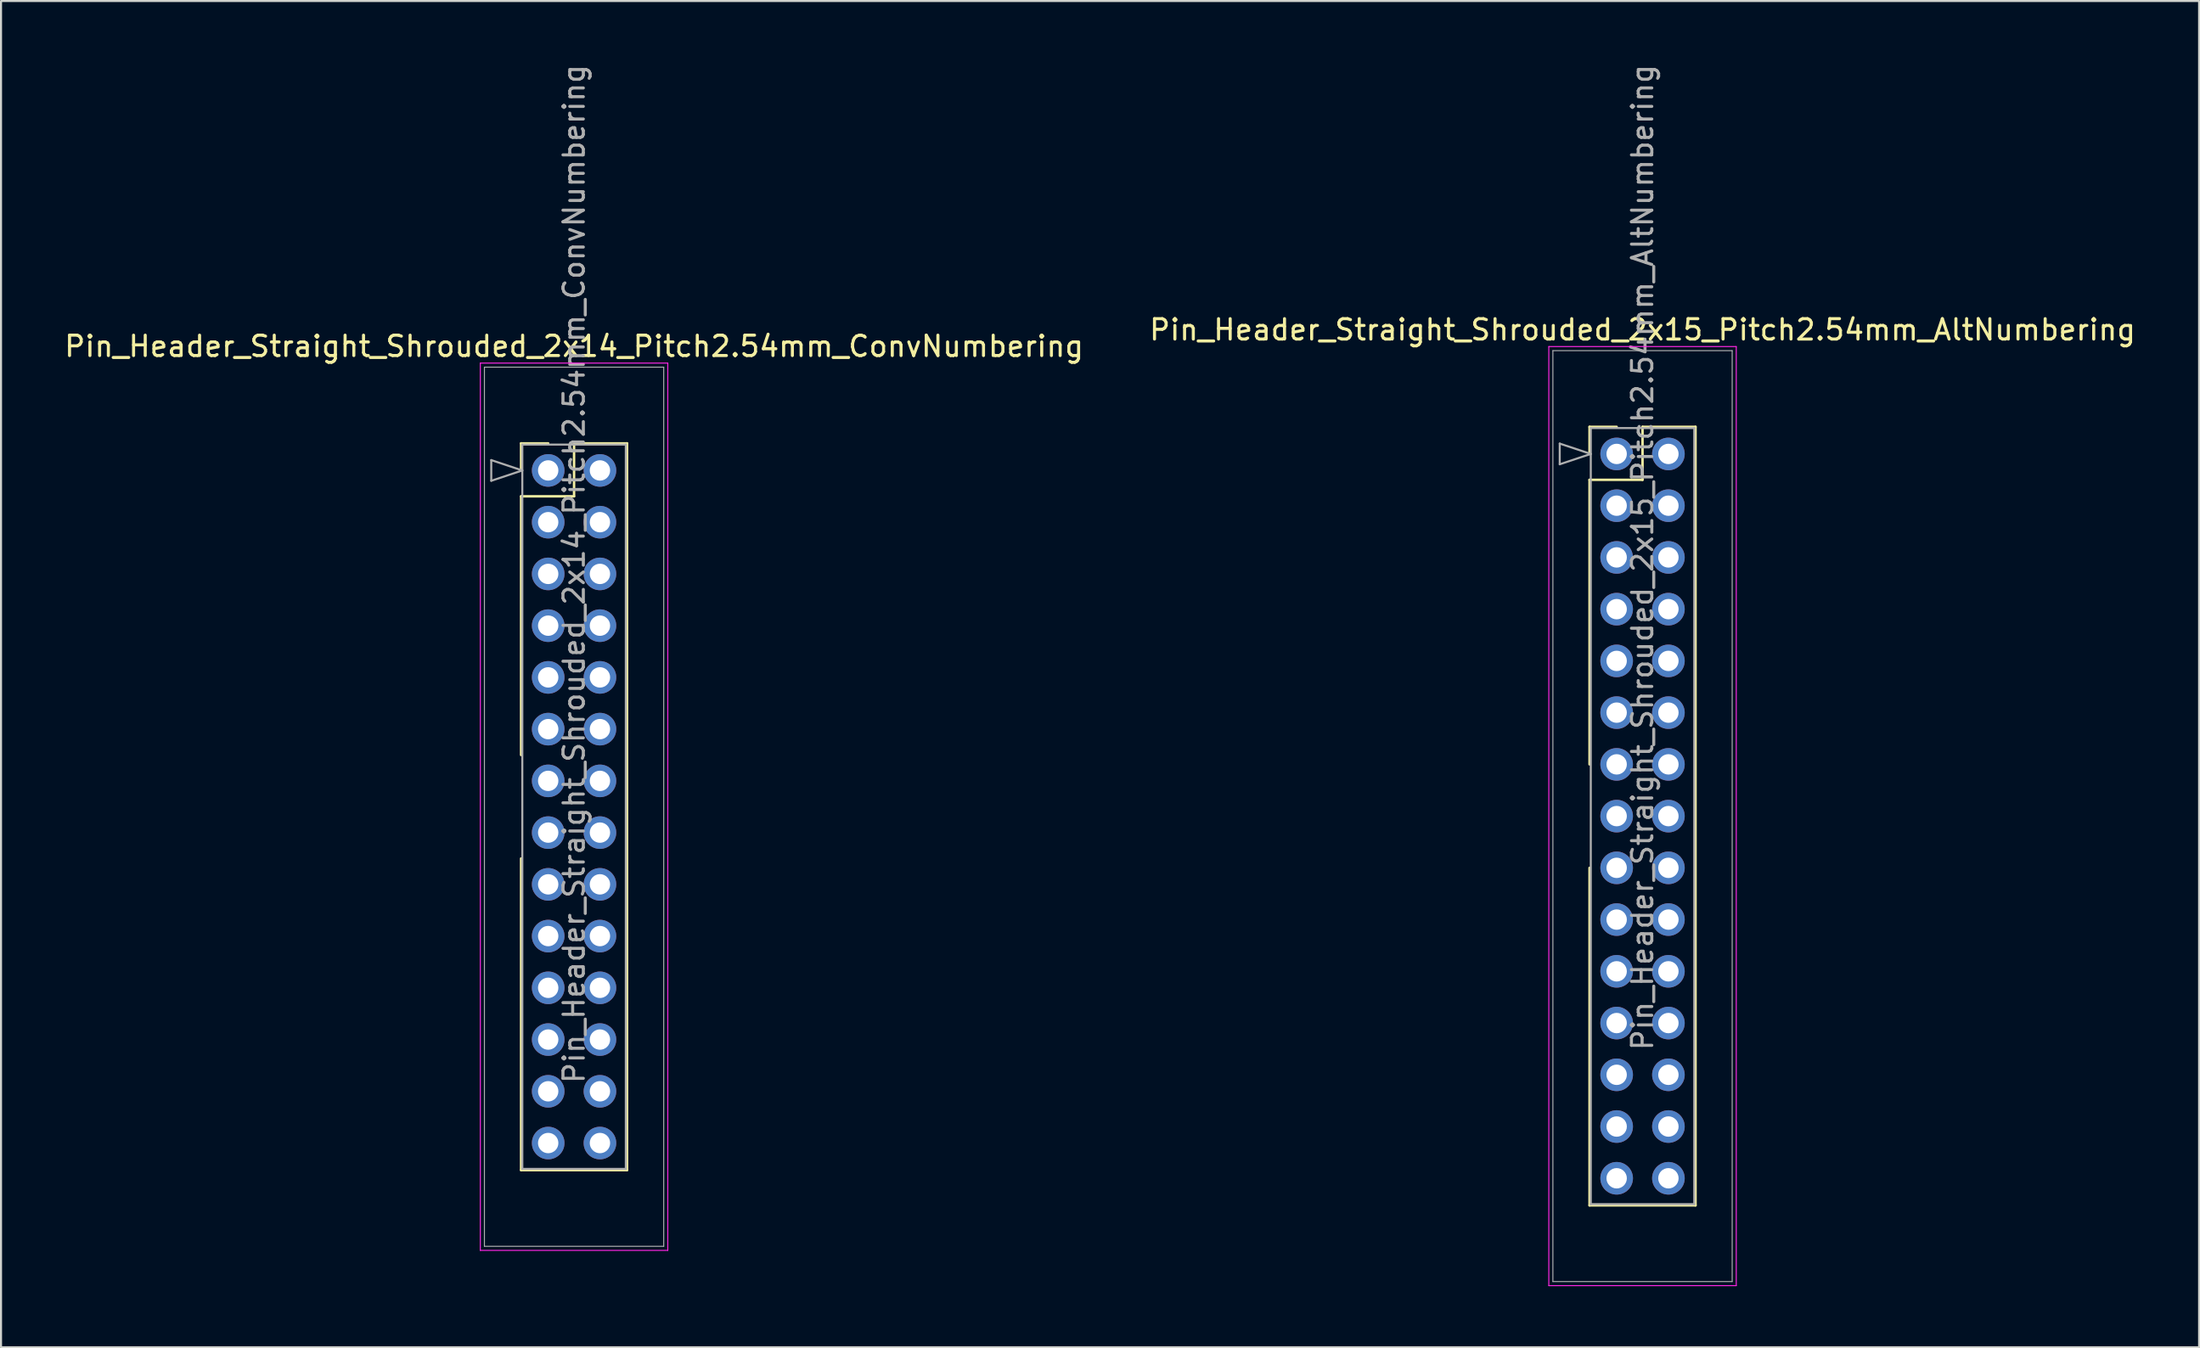
<source format=kicad_pcb>
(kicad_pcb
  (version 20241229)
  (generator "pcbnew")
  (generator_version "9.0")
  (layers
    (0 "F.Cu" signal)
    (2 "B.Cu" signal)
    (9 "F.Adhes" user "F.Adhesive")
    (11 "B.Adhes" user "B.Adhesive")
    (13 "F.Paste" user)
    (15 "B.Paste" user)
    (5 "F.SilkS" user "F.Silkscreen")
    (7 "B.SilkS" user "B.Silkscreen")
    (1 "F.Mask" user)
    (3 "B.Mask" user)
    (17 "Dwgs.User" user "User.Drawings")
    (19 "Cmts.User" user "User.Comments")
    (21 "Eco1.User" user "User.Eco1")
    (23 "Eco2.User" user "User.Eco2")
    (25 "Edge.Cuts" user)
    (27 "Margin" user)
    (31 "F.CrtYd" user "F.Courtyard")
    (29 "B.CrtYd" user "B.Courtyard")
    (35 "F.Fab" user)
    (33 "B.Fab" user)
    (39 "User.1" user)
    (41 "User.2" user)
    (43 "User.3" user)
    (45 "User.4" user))
  (footprint "Pin_Header_Straight_Shrouded_2x14_Pitch2.54mm_ConvNumbering"
    (layer "F.Cu")
    (at 23.855 20.045)
    (property "Reference" "Pin_Header_Straight_Shrouded_2x14_Pitch2.54mm_ConvNumbering" (at 1.27 -6.096 0) (layer "F.SilkS") (effects (font (size 1 1) (thickness 0.15))))
    (attr through_hole)
    (fp_line (start -1.33 -1.33) (end 0 -1.33) (stroke (width 0.12) (type solid)) (layer "F.SilkS"))
    (fp_line (start -1.33 0) (end -1.33 -1.33) (stroke (width 0.12) (type solid)) (layer "F.SilkS"))
    (fp_line (start -1.33 1.27) (end -1.33 13.97) (stroke (width 0.12) (type solid)) (layer "F.SilkS"))
    (fp_line (start -1.33 1.27) (end 1.27 1.27) (stroke (width 0.12) (type solid)) (layer "F.SilkS"))
    (fp_line (start -1.33 19.05) (end -1.33 34.35) (stroke (width 0.12) (type solid)) (layer "F.SilkS"))
    (fp_line (start -1.33 34.35) (end 3.87 34.35) (stroke (width 0.12) (type solid)) (layer "F.SilkS"))
    (fp_line (start 1.27 -1.33) (end 3.87 -1.33) (stroke (width 0.12) (type solid)) (layer "F.SilkS"))
    (fp_line (start 1.27 1.27) (end 1.27 -1.33) (stroke (width 0.12) (type solid)) (layer "F.SilkS"))
    (fp_line (start 3.87 -1.33) (end 3.87 34.35) (stroke (width 0.12) (type solid)) (layer "F.SilkS"))
    (fp_line (start -3.33 -5.27) (end -3.33 38.29) (stroke (width 0.05) (type solid)) (layer "F.CrtYd"))
    (fp_line (start -3.33 38.29) (end 5.87 38.29) (stroke (width 0.05) (type solid)) (layer "F.CrtYd"))
    (fp_line (start 5.87 -5.27) (end -3.33 -5.27) (stroke (width 0.05) (type solid)) (layer "F.CrtYd"))
    (fp_line (start 5.87 38.29) (end 5.87 -5.27) (stroke (width 0.05) (type solid)) (layer "F.CrtYd"))
    (fp_line (start -3.13 -5.07) (end -3.13 38.09) (stroke (width 0.05) (type solid)) (layer "F.Fab"))
    (fp_line (start -3.13 38.09) (end 5.67 38.09) (stroke (width 0.05) (type solid)) (layer "F.Fab"))
    (fp_line (start -2.794 -0.508) (end -1.27 0) (stroke (width 0.1) (type solid)) (layer "F.Fab"))
    (fp_line (start -2.794 0.508) (end -2.794 -0.508) (stroke (width 0.1) (type solid)) (layer "F.Fab"))
    (fp_line (start -1.27 -1.27) (end -1.27 34.29) (stroke (width 0.1) (type solid)) (layer "F.Fab"))
    (fp_line (start -1.27 0) (end -2.794 0.508) (stroke (width 0.1) (type solid)) (layer "F.Fab"))
    (fp_line (start -1.27 34.29) (end 3.81 34.29) (stroke (width 0.1) (type solid)) (layer "F.Fab"))
    (fp_line (start 3.81 -1.27) (end -1.27 -1.27) (stroke (width 0.1) (type solid)) (layer "F.Fab"))
    (fp_line (start 3.81 34.29) (end 3.81 -1.27) (stroke (width 0.1) (type solid)) (layer "F.Fab"))
    (fp_line (start 5.67 -5.07) (end -3.13 -5.07) (stroke (width 0.05) (type solid)) (layer "F.Fab"))
    (fp_line (start 5.67 38.09) (end 5.67 -5.07) (stroke (width 0.05) (type solid)) (layer "F.Fab"))
    (fp_text user "${REFERENCE}" (at 1.27 5.08 90) (layer "F.Fab") (effects (font (size 1 1) (thickness 0.15))))
    (pad "1" thru_hole oval (at 0 0) (size 1.6 1.6) (drill 1) (layers "*.Cu" "*.Mask"))
    (pad "2" thru_hole oval (at 2.54 0) (size 1.6 1.6) (drill 1) (layers "*.Cu" "*.Mask"))
    (pad "3" thru_hole oval (at 0 2.54) (size 1.6 1.6) (drill 1) (layers "*.Cu" "*.Mask"))
    (pad "4" thru_hole oval (at 2.54 2.54) (size 1.6 1.6) (drill 1) (layers "*.Cu" "*.Mask"))
    (pad "5" thru_hole oval (at 0 5.08) (size 1.6 1.6) (drill 1) (layers "*.Cu" "*.Mask"))
    (pad "6" thru_hole oval (at 2.54 5.08) (size 1.6 1.6) (drill 1) (layers "*.Cu" "*.Mask"))
    (pad "7" thru_hole oval (at 0 7.62) (size 1.6 1.6) (drill 1) (layers "*.Cu" "*.Mask"))
    (pad "8" thru_hole oval (at 2.54 7.62) (size 1.6 1.6) (drill 1) (layers "*.Cu" "*.Mask"))
    (pad "9" thru_hole oval (at 0 10.16) (size 1.6 1.6) (drill 1) (layers "*.Cu" "*.Mask"))
    (pad "10" thru_hole oval (at 2.54 10.16) (size 1.6 1.6) (drill 1) (layers "*.Cu" "*.Mask"))
    (pad "11" thru_hole oval (at 0 12.7) (size 1.6 1.6) (drill 1) (layers "*.Cu" "*.Mask"))
    (pad "12" thru_hole oval (at 2.54 12.7) (size 1.6 1.6) (drill 1) (layers "*.Cu" "*.Mask"))
    (pad "13" thru_hole oval (at 0 15.24) (size 1.6 1.6) (drill 1) (layers "*.Cu" "*.Mask"))
    (pad "14" thru_hole oval (at 2.54 15.24) (size 1.6 1.6) (drill 1) (layers "*.Cu" "*.Mask"))
    (pad "15" thru_hole oval (at 0 17.78) (size 1.6 1.6) (drill 1) (layers "*.Cu" "*.Mask"))
    (pad "16" thru_hole oval (at 2.54 17.78) (size 1.6 1.6) (drill 1) (layers "*.Cu" "*.Mask"))
    (pad "17" thru_hole oval (at 0 20.32) (size 1.6 1.6) (drill 1) (layers "*.Cu" "*.Mask"))
    (pad "18" thru_hole oval (at 2.54 20.32) (size 1.6 1.6) (drill 1) (layers "*.Cu" "*.Mask"))
    (pad "19" thru_hole oval (at 0 22.86) (size 1.6 1.6) (drill 1) (layers "*.Cu" "*.Mask"))
    (pad "20" thru_hole oval (at 2.54 22.86) (size 1.6 1.6) (drill 1) (layers "*.Cu" "*.Mask"))
    (pad "21" thru_hole oval (at 0 25.4) (size 1.6 1.6) (drill 1) (layers "*.Cu" "*.Mask"))
    (pad "22" thru_hole oval (at 2.54 25.4) (size 1.6 1.6) (drill 1) (layers "*.Cu" "*.Mask"))
    (pad "23" thru_hole oval (at 0 27.94) (size 1.6 1.6) (drill 1) (layers "*.Cu" "*.Mask"))
    (pad "24" thru_hole oval (at 2.54 27.94) (size 1.6 1.6) (drill 1) (layers "*.Cu" "*.Mask"))
    (pad "25" thru_hole oval (at 0 30.48) (size 1.6 1.6) (drill 1) (layers "*.Cu" "*.Mask"))
    (pad "26" thru_hole oval (at 2.54 30.48) (size 1.6 1.6) (drill 1) (layers "*.Cu" "*.Mask"))
    (pad "27" thru_hole oval (at 0 33.02) (size 1.6 1.6) (drill 1) (layers "*.Cu" "*.Mask"))
    (pad "28" thru_hole oval (at 2.54 33.02) (size 1.6 1.6) (drill 1) (layers "*.Cu" "*.Mask")))
  (footprint "Pin_Header_Straight_Shrouded_2x15_Pitch2.54mm_AltNumbering"
    (layer "F.Cu")
    (at 76.295 19.235)
    (property "Reference" "Pin_Header_Straight_Shrouded_2x15_Pitch2.54mm_AltNumbering" (at 1.27 -6.096 0) (layer "F.SilkS") (effects (font (size 1 1) (thickness 0.15))))
    (attr through_hole)
    (fp_line (start -1.33 -1.33) (end 0 -1.33) (stroke (width 0.12) (type solid)) (layer "F.SilkS"))
    (fp_line (start -1.33 0) (end -1.33 -1.33) (stroke (width 0.12) (type solid)) (layer "F.SilkS"))
    (fp_line (start -1.33 1.27) (end -1.33 15.24) (stroke (width 0.12) (type solid)) (layer "F.SilkS"))
    (fp_line (start -1.33 1.27) (end 1.27 1.27) (stroke (width 0.12) (type solid)) (layer "F.SilkS"))
    (fp_line (start -1.33 20.32) (end -1.33 36.89) (stroke (width 0.12) (type solid)) (layer "F.SilkS"))
    (fp_line (start -1.33 36.89) (end 3.87 36.89) (stroke (width 0.12) (type solid)) (layer "F.SilkS"))
    (fp_line (start 1.27 -1.33) (end 3.87 -1.33) (stroke (width 0.12) (type solid)) (layer "F.SilkS"))
    (fp_line (start 1.27 1.27) (end 1.27 -1.33) (stroke (width 0.12) (type solid)) (layer "F.SilkS"))
    (fp_line (start 3.87 -1.33) (end 3.87 36.89) (stroke (width 0.12) (type solid)) (layer "F.SilkS"))
    (fp_line (start -3.33 -5.27) (end -3.33 40.83) (stroke (width 0.05) (type solid)) (layer "F.CrtYd"))
    (fp_line (start -3.33 40.83) (end 5.87 40.83) (stroke (width 0.05) (type solid)) (layer "F.CrtYd"))
    (fp_line (start 5.87 -5.27) (end -3.33 -5.27) (stroke (width 0.05) (type solid)) (layer "F.CrtYd"))
    (fp_line (start 5.87 40.83) (end 5.87 -5.27) (stroke (width 0.05) (type solid)) (layer "F.CrtYd"))
    (fp_line (start -3.13 -5.07) (end -3.13 40.63) (stroke (width 0.05) (type solid)) (layer "F.Fab"))
    (fp_line (start -3.13 40.63) (end 5.67 40.63) (stroke (width 0.05) (type solid)) (layer "F.Fab"))
    (fp_line (start -2.794 -0.508) (end -1.27 0) (stroke (width 0.1) (type solid)) (layer "F.Fab"))
    (fp_line (start -2.794 0.508) (end -2.794 -0.508) (stroke (width 0.1) (type solid)) (layer "F.Fab"))
    (fp_line (start -1.27 -1.27) (end -1.27 36.83) (stroke (width 0.1) (type solid)) (layer "F.Fab"))
    (fp_line (start -1.27 0) (end -2.794 0.508) (stroke (width 0.1) (type solid)) (layer "F.Fab"))
    (fp_line (start -1.27 36.83) (end 3.81 36.83) (stroke (width 0.1) (type solid)) (layer "F.Fab"))
    (fp_line (start 3.81 -1.27) (end -1.27 -1.27) (stroke (width 0.1) (type solid)) (layer "F.Fab"))
    (fp_line (start 3.81 36.83) (end 3.81 -1.27) (stroke (width 0.1) (type solid)) (layer "F.Fab"))
    (fp_line (start 5.67 -5.07) (end -3.13 -5.07) (stroke (width 0.05) (type solid)) (layer "F.Fab"))
    (fp_line (start 5.67 40.63) (end 5.67 -5.07) (stroke (width 0.05) (type solid)) (layer "F.Fab"))
    (fp_text user "${REFERENCE}" (at 1.27 5.08 90) (layer "F.Fab") (effects (font (size 1 1) (thickness 0.15))))
    (pad "1" thru_hole oval (at 0 0) (size 1.6 1.6) (drill 1) (layers "*.Cu" "*.Mask"))
    (pad "2" thru_hole oval (at 0 2.54) (size 1.6 1.6) (drill 1) (layers "*.Cu" "*.Mask"))
    (pad "3" thru_hole oval (at 0 5.08) (size 1.6 1.6) (drill 1) (layers "*.Cu" "*.Mask"))
    (pad "4" thru_hole oval (at 0 7.62) (size 1.6 1.6) (drill 1) (layers "*.Cu" "*.Mask"))
    (pad "5" thru_hole oval (at 0 10.16) (size 1.6 1.6) (drill 1) (layers "*.Cu" "*.Mask"))
    (pad "6" thru_hole oval (at 0 12.7) (size 1.6 1.6) (drill 1) (layers "*.Cu" "*.Mask"))
    (pad "7" thru_hole oval (at 0 15.24) (size 1.6 1.6) (drill 1) (layers "*.Cu" "*.Mask"))
    (pad "8" thru_hole oval (at 0 17.78) (size 1.6 1.6) (drill 1) (layers "*.Cu" "*.Mask"))
    (pad "9" thru_hole oval (at 0 20.32) (size 1.6 1.6) (drill 1) (layers "*.Cu" "*.Mask"))
    (pad "10" thru_hole oval (at 0 22.86) (size 1.6 1.6) (drill 1) (layers "*.Cu" "*.Mask"))
    (pad "11" thru_hole oval (at 0 25.4) (size 1.6 1.6) (drill 1) (layers "*.Cu" "*.Mask"))
    (pad "12" thru_hole oval (at 0 27.94) (size 1.6 1.6) (drill 1) (layers "*.Cu" "*.Mask"))
    (pad "13" thru_hole oval (at 0 30.48) (size 1.6 1.6) (drill 1) (layers "*.Cu" "*.Mask"))
    (pad "14" thru_hole oval (at 0 33.02) (size 1.6 1.6) (drill 1) (layers "*.Cu" "*.Mask"))
    (pad "15" thru_hole oval (at 0 35.56) (size 1.6 1.6) (drill 1) (layers "*.Cu" "*.Mask"))
    (pad "16" thru_hole oval (at 2.54 0) (size 1.6 1.6) (drill 1) (layers "*.Cu" "*.Mask"))
    (pad "17" thru_hole oval (at 2.54 2.54) (size 1.6 1.6) (drill 1) (layers "*.Cu" "*.Mask"))
    (pad "18" thru_hole oval (at 2.54 5.08) (size 1.6 1.6) (drill 1) (layers "*.Cu" "*.Mask"))
    (pad "19" thru_hole oval (at 2.54 7.62) (size 1.6 1.6) (drill 1) (layers "*.Cu" "*.Mask"))
    (pad "20" thru_hole oval (at 2.54 10.16) (size 1.6 1.6) (drill 1) (layers "*.Cu" "*.Mask"))
    (pad "21" thru_hole oval (at 2.54 12.7) (size 1.6 1.6) (drill 1) (layers "*.Cu" "*.Mask"))
    (pad "22" thru_hole oval (at 2.54 15.24) (size 1.6 1.6) (drill 1) (layers "*.Cu" "*.Mask"))
    (pad "23" thru_hole oval (at 2.54 17.78) (size 1.6 1.6) (drill 1) (layers "*.Cu" "*.Mask"))
    (pad "24" thru_hole oval (at 2.54 20.32) (size 1.6 1.6) (drill 1) (layers "*.Cu" "*.Mask"))
    (pad "25" thru_hole oval (at 2.54 22.86) (size 1.6 1.6) (drill 1) (layers "*.Cu" "*.Mask"))
    (pad "26" thru_hole oval (at 2.54 25.4) (size 1.6 1.6) (drill 1) (layers "*.Cu" "*.Mask"))
    (pad "27" thru_hole oval (at 2.54 27.94) (size 1.6 1.6) (drill 1) (layers "*.Cu" "*.Mask"))
    (pad "28" thru_hole oval (at 2.54 30.48) (size 1.6 1.6) (drill 1) (layers "*.Cu" "*.Mask"))
    (pad "29" thru_hole oval (at 2.54 33.02) (size 1.6 1.6) (drill 1) (layers "*.Cu" "*.Mask"))
    (pad "30" thru_hole oval (at 2.54 35.56) (size 1.6 1.6) (drill 1) (layers "*.Cu" "*.Mask")))
  (gr_rect
    (start -3 -3)
    (end 104.881 63.09)
    (stroke (width 0.1) (type default))
    (fill no)
    (layer "Edge.Cuts")))
</source>
